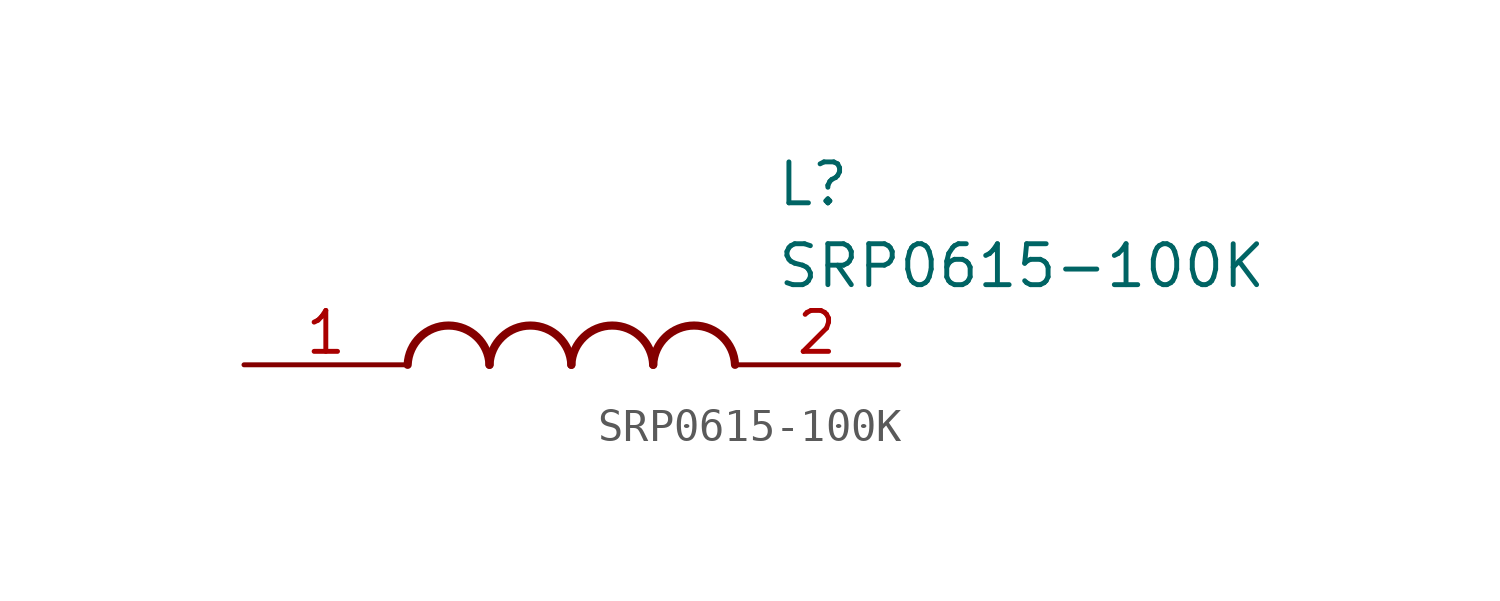
<source format=kicad_sym>
(kicad_symbol_lib
  (version 20211014)
  (generator SamacSys_ECAD_Model)
  (symbol "SRP0615-100K"
    (pin_names hide)
    (property "Reference" "L"
      (at 16.51 6.35 0)
      (effects (font (size 1.27 1.27)) (justify left top)))
    (property "Value" "SRP0615-100K"
      (at 16.51 3.81 0)
      (effects (font (size 1.27 1.27)) (justify left top)))
    (arc
      (start 7.62 0)
      (mid 6.35 1.219)
      (end 5.08 0)
      (stroke (width 0.254) (type default))
      (fill (type none)))
    (arc
      (start 10.16 0)
      (mid 8.89 1.219)
      (end 7.62 0)
      (stroke (width 0.254) (type default))
      (fill (type none)))
    (arc
      (start 12.7 0)
      (mid 11.43 1.219)
      (end 10.16 0)
      (stroke (width 0.254) (type default))
      (fill (type none)))
    (arc
      (start 15.24 0)
      (mid 13.97 1.219)
      (end 12.7 0)
      (stroke (width 0.254) (type default))
      (fill (type none)))
    (pin passive line
      (at 0 0 0)
      (length 5.08)
      (name "1" (effects (font (size 1.27 1.27))))
      (number "1" (effects (font (size 1.27 1.27)))))
    (pin passive line
      (at 20.32 0 180)
      (length 5.08)
      (name "2" (effects (font (size 1.27 1.27))))
      (number "2" (effects (font (size 1.27 1.27)))))))
</source>
